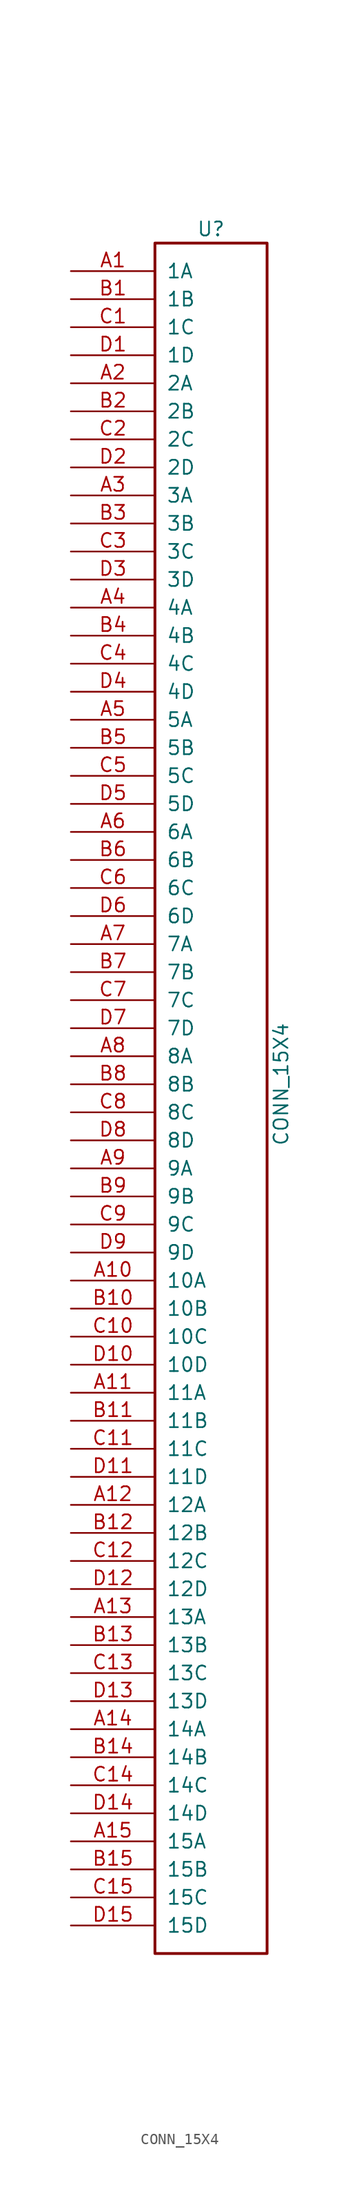
<source format=kicad_sym>
(kicad_symbol_lib
  (version 20231120)
  (generator "kicad_symbol_editor")
  (generator_version "8.0")
  (symbol "CONN_15X4"
    (pin_names
      (offset 1.016))
    (property "Reference" "U"
      (at 0 78.74 0)
      (effects (font (size 1.27 1.27))))
    (property "Value" "CONN_15X4"
      (at 6.35 1.27 90)
      (effects (font (size 1.27 1.27))))
    (property "Footprint" ""
      (at 0 1.27 0)
      (effects (font (size 1.27 1.27))))
    (property "Datasheet" ""
      (at 0 1.27 0)
      (effects (font (size 1.27 1.27))))
    (symbol "CONN_15X4_0_1"
      (rectangle (start 5.08 -77.47) (end -5.08 77.47) (stroke (width 0.254) (type solid)) (fill (type none))))
    (symbol "CONN_15X4_1_1"
      (pin passive line (at -12.7 74.93 0) (length 7.62) (name "1A" (effects (font (size 1.27 1.27)))) (number "A1" (effects (font (size 1.27 1.27)))))
      (pin passive line (at -12.7 -16.51 0) (length 7.62) (name "10A" (effects (font (size 1.27 1.27)))) (number "A10" (effects (font (size 1.27 1.27)))))
      (pin passive line (at -12.7 -26.67 0) (length 7.62) (name "11A" (effects (font (size 1.27 1.27)))) (number "A11" (effects (font (size 1.27 1.27)))))
      (pin passive line (at -12.7 -36.83 0) (length 7.62) (name "12A" (effects (font (size 1.27 1.27)))) (number "A12" (effects (font (size 1.27 1.27)))))
      (pin passive line (at -12.7 -46.99 0) (length 7.62) (name "13A" (effects (font (size 1.27 1.27)))) (number "A13" (effects (font (size 1.27 1.27)))))
      (pin passive line (at -12.7 -57.15 0) (length 7.62) (name "14A" (effects (font (size 1.27 1.27)))) (number "A14" (effects (font (size 1.27 1.27)))))
      (pin passive line (at -12.7 -67.31 0) (length 7.62) (name "15A" (effects (font (size 1.27 1.27)))) (number "A15" (effects (font (size 1.27 1.27)))))
      (pin passive line (at -12.7 64.77 0) (length 7.62) (name "2A" (effects (font (size 1.27 1.27)))) (number "A2" (effects (font (size 1.27 1.27)))))
      (pin passive line (at -12.7 54.61 0) (length 7.62) (name "3A" (effects (font (size 1.27 1.27)))) (number "A3" (effects (font (size 1.27 1.27)))))
      (pin passive line (at -12.7 44.45 0) (length 7.62) (name "4A" (effects (font (size 1.27 1.27)))) (number "A4" (effects (font (size 1.27 1.27)))))
      (pin passive line (at -12.7 34.29 0) (length 7.62) (name "5A" (effects (font (size 1.27 1.27)))) (number "A5" (effects (font (size 1.27 1.27)))))
      (pin passive line (at -12.7 24.13 0) (length 7.62) (name "6A" (effects (font (size 1.27 1.27)))) (number "A6" (effects (font (size 1.27 1.27)))))
      (pin passive line (at -12.7 13.97 0) (length 7.62) (name "7A" (effects (font (size 1.27 1.27)))) (number "A7" (effects (font (size 1.27 1.27)))))
      (pin passive line (at -12.7 3.81 0) (length 7.62) (name "8A" (effects (font (size 1.27 1.27)))) (number "A8" (effects (font (size 1.27 1.27)))))
      (pin passive line (at -12.7 -6.35 0) (length 7.62) (name "9A" (effects (font (size 1.27 1.27)))) (number "A9" (effects (font (size 1.27 1.27)))))
      (pin passive line (at -12.7 72.39 0) (length 7.62) (name "1B" (effects (font (size 1.27 1.27)))) (number "B1" (effects (font (size 1.27 1.27)))))
      (pin passive line (at -12.7 -19.05 0) (length 7.62) (name "10B" (effects (font (size 1.27 1.27)))) (number "B10" (effects (font (size 1.27 1.27)))))
      (pin passive line (at -12.7 -29.21 0) (length 7.62) (name "11B" (effects (font (size 1.27 1.27)))) (number "B11" (effects (font (size 1.27 1.27)))))
      (pin passive line (at -12.7 -39.37 0) (length 7.62) (name "12B" (effects (font (size 1.27 1.27)))) (number "B12" (effects (font (size 1.27 1.27)))))
      (pin passive line (at -12.7 -49.53 0) (length 7.62) (name "13B" (effects (font (size 1.27 1.27)))) (number "B13" (effects (font (size 1.27 1.27)))))
      (pin passive line (at -12.7 -59.69 0) (length 7.62) (name "14B" (effects (font (size 1.27 1.27)))) (number "B14" (effects (font (size 1.27 1.27)))))
      (pin passive line (at -12.7 -69.85 0) (length 7.62) (name "15B" (effects (font (size 1.27 1.27)))) (number "B15" (effects (font (size 1.27 1.27)))))
      (pin passive line (at -12.7 62.23 0) (length 7.62) (name "2B" (effects (font (size 1.27 1.27)))) (number "B2" (effects (font (size 1.27 1.27)))))
      (pin passive line (at -12.7 52.07 0) (length 7.62) (name "3B" (effects (font (size 1.27 1.27)))) (number "B3" (effects (font (size 1.27 1.27)))))
      (pin passive line (at -12.7 41.91 0) (length 7.62) (name "4B" (effects (font (size 1.27 1.27)))) (number "B4" (effects (font (size 1.27 1.27)))))
      (pin passive line (at -12.7 31.75 0) (length 7.62) (name "5B" (effects (font (size 1.27 1.27)))) (number "B5" (effects (font (size 1.27 1.27)))))
      (pin passive line (at -12.7 21.59 0) (length 7.62) (name "6B" (effects (font (size 1.27 1.27)))) (number "B6" (effects (font (size 1.27 1.27)))))
      (pin passive line (at -12.7 11.43 0) (length 7.62) (name "7B" (effects (font (size 1.27 1.27)))) (number "B7" (effects (font (size 1.27 1.27)))))
      (pin passive line (at -12.7 1.27 0) (length 7.62) (name "8B" (effects (font (size 1.27 1.27)))) (number "B8" (effects (font (size 1.27 1.27)))))
      (pin passive line (at -12.7 -8.89 0) (length 7.62) (name "9B" (effects (font (size 1.27 1.27)))) (number "B9" (effects (font (size 1.27 1.27)))))
      (pin passive line (at -12.7 69.85 0) (length 7.62) (name "1C" (effects (font (size 1.27 1.27)))) (number "C1" (effects (font (size 1.27 1.27)))))
      (pin passive line (at -12.7 -21.59 0) (length 7.62) (name "10C" (effects (font (size 1.27 1.27)))) (number "C10" (effects (font (size 1.27 1.27)))))
      (pin passive line (at -12.7 -31.75 0) (length 7.62) (name "11C" (effects (font (size 1.27 1.27)))) (number "C11" (effects (font (size 1.27 1.27)))))
      (pin passive line (at -12.7 -41.91 0) (length 7.62) (name "12C" (effects (font (size 1.27 1.27)))) (number "C12" (effects (font (size 1.27 1.27)))))
      (pin passive line (at -12.7 -52.07 0) (length 7.62) (name "13C" (effects (font (size 1.27 1.27)))) (number "C13" (effects (font (size 1.27 1.27)))))
      (pin passive line (at -12.7 -62.23 0) (length 7.62) (name "14C" (effects (font (size 1.27 1.27)))) (number "C14" (effects (font (size 1.27 1.27)))))
      (pin passive line (at -12.7 -72.39 0) (length 7.62) (name "15C" (effects (font (size 1.27 1.27)))) (number "C15" (effects (font (size 1.27 1.27)))))
      (pin passive line (at -12.7 59.69 0) (length 7.62) (name "2C" (effects (font (size 1.27 1.27)))) (number "C2" (effects (font (size 1.27 1.27)))))
      (pin passive line (at -12.7 49.53 0) (length 7.62) (name "3C" (effects (font (size 1.27 1.27)))) (number "C3" (effects (font (size 1.27 1.27)))))
      (pin passive line (at -12.7 39.37 0) (length 7.62) (name "4C" (effects (font (size 1.27 1.27)))) (number "C4" (effects (font (size 1.27 1.27)))))
      (pin passive line (at -12.7 29.21 0) (length 7.62) (name "5C" (effects (font (size 1.27 1.27)))) (number "C5" (effects (font (size 1.27 1.27)))))
      (pin passive line (at -12.7 19.05 0) (length 7.62) (name "6C" (effects (font (size 1.27 1.27)))) (number "C6" (effects (font (size 1.27 1.27)))))
      (pin passive line (at -12.7 8.89 0) (length 7.62) (name "7C" (effects (font (size 1.27 1.27)))) (number "C7" (effects (font (size 1.27 1.27)))))
      (pin passive line (at -12.7 -1.27 0) (length 7.62) (name "8C" (effects (font (size 1.27 1.27)))) (number "C8" (effects (font (size 1.27 1.27)))))
      (pin passive line (at -12.7 -11.43 0) (length 7.62) (name "9C" (effects (font (size 1.27 1.27)))) (number "C9" (effects (font (size 1.27 1.27)))))
      (pin passive line (at -12.7 67.31 0) (length 7.62) (name "1D" (effects (font (size 1.27 1.27)))) (number "D1" (effects (font (size 1.27 1.27)))))
      (pin passive line (at -12.7 -24.13 0) (length 7.62) (name "10D" (effects (font (size 1.27 1.27)))) (number "D10" (effects (font (size 1.27 1.27)))))
      (pin passive line (at -12.7 -34.29 0) (length 7.62) (name "11D" (effects (font (size 1.27 1.27)))) (number "D11" (effects (font (size 1.27 1.27)))))
      (pin passive line (at -12.7 -44.45 0) (length 7.62) (name "12D" (effects (font (size 1.27 1.27)))) (number "D12" (effects (font (size 1.27 1.27)))))
      (pin passive line (at -12.7 -54.61 0) (length 7.62) (name "13D" (effects (font (size 1.27 1.27)))) (number "D13" (effects (font (size 1.27 1.27)))))
      (pin passive line (at -12.7 -64.77 0) (length 7.62) (name "14D" (effects (font (size 1.27 1.27)))) (number "D14" (effects (font (size 1.27 1.27)))))
      (pin passive line (at -12.7 -74.93 0) (length 7.62) (name "15D" (effects (font (size 1.27 1.27)))) (number "D15" (effects (font (size 1.27 1.27)))))
      (pin passive line (at -12.7 57.15 0) (length 7.62) (name "2D" (effects (font (size 1.27 1.27)))) (number "D2" (effects (font (size 1.27 1.27)))))
      (pin passive line (at -12.7 46.99 0) (length 7.62) (name "3D" (effects (font (size 1.27 1.27)))) (number "D3" (effects (font (size 1.27 1.27)))))
      (pin passive line (at -12.7 36.83 0) (length 7.62) (name "4D" (effects (font (size 1.27 1.27)))) (number "D4" (effects (font (size 1.27 1.27)))))
      (pin passive line (at -12.7 26.67 0) (length 7.62) (name "5D" (effects (font (size 1.27 1.27)))) (number "D5" (effects (font (size 1.27 1.27)))))
      (pin passive line (at -12.7 16.51 0) (length 7.62) (name "6D" (effects (font (size 1.27 1.27)))) (number "D6" (effects (font (size 1.27 1.27)))))
      (pin passive line (at -12.7 6.35 0) (length 7.62) (name "7D" (effects (font (size 1.27 1.27)))) (number "D7" (effects (font (size 1.27 1.27)))))
      (pin passive line (at -12.7 -3.81 0) (length 7.62) (name "8D" (effects (font (size 1.27 1.27)))) (number "D8" (effects (font (size 1.27 1.27)))))
      (pin passive line (at -12.7 -13.97 0) (length 7.62) (name "9D" (effects (font (size 1.27 1.27)))) (number "D9" (effects (font (size 1.27 1.27))))))))
</source>
